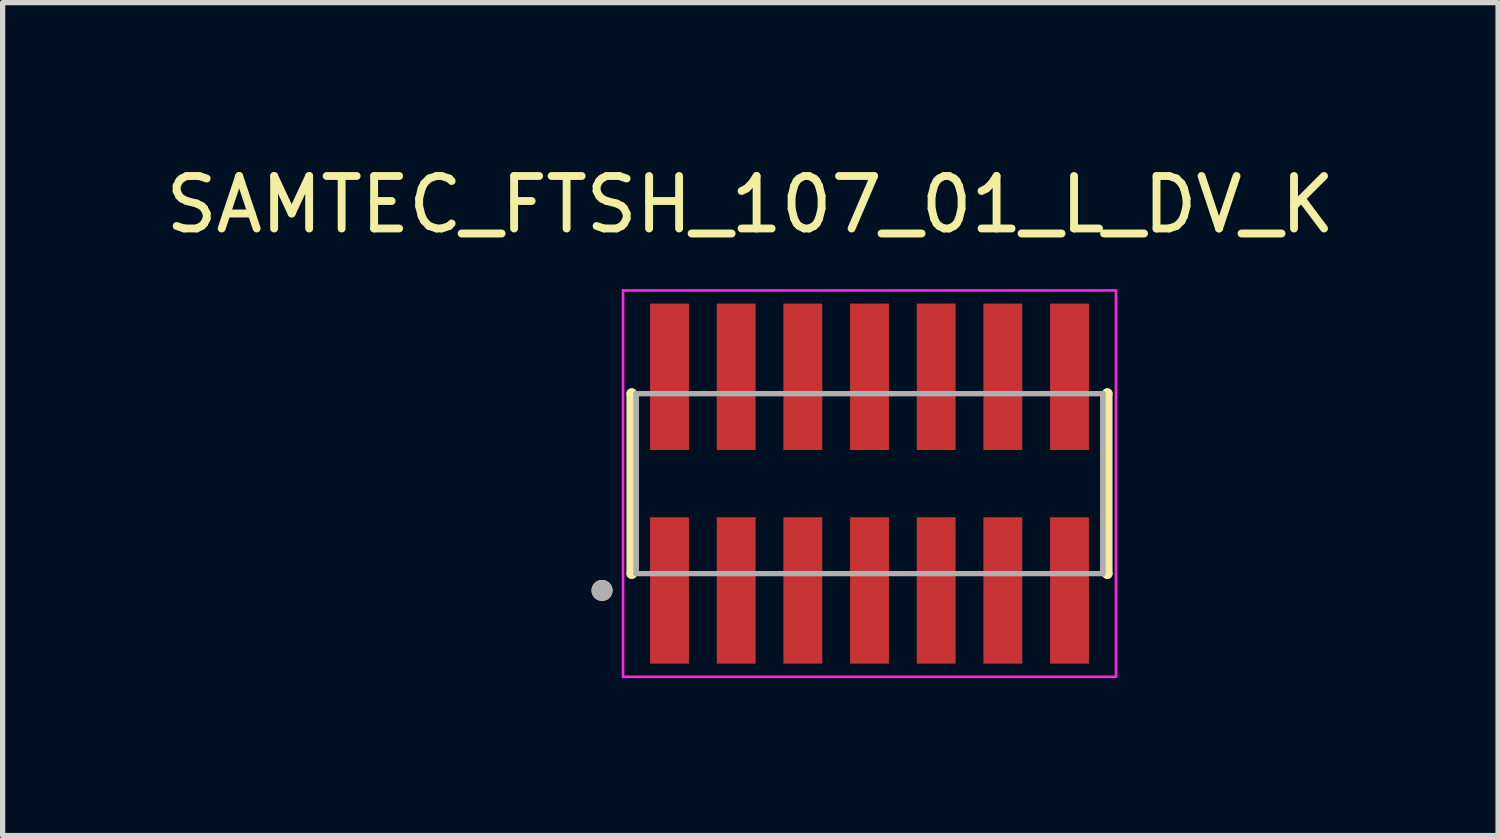
<source format=kicad_pcb>
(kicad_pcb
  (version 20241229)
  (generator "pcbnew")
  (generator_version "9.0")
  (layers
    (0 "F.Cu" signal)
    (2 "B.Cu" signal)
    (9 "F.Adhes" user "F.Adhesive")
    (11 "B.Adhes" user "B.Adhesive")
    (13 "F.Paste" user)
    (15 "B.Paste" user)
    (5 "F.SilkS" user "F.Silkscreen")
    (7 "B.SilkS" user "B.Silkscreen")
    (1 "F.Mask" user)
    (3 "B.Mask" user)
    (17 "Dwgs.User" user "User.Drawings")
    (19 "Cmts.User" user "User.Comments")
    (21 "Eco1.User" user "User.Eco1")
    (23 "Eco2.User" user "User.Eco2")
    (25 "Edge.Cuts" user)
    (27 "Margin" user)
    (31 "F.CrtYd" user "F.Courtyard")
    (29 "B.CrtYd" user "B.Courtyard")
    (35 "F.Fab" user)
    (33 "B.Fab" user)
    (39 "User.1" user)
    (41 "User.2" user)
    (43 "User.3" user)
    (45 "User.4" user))
  (footprint "SAMTEC_FTSH_107_01_L_DV_K"
    (layer "F.Cu")
    (at 13.514 6.163)
    (property "Reference" "SAMTEC_FTSH_107_01_L_DV_K" (at -2.27 -5.315 0) (layer "F.SilkS") (effects (font (size 1 1) (thickness 0.15))))
    (attr smd)
    (fp_line (start -4.53 -1.715) (end -4.53 -1.715) (stroke (width 0.2) (type solid)) (layer "F.SilkS"))
    (fp_line (start -4.53 1.715) (end -4.53 -1.715) (stroke (width 0.2) (type solid)) (layer "F.SilkS"))
    (fp_line (start -4.53 1.715) (end -4.53 1.715) (stroke (width 0.2) (type solid)) (layer "F.SilkS"))
    (fp_line (start 4.53 -1.715) (end 4.53 -1.715) (stroke (width 0.2) (type solid)) (layer "F.SilkS"))
    (fp_line (start 4.53 -1.715) (end 4.53 1.715) (stroke (width 0.2) (type solid)) (layer "F.SilkS"))
    (fp_line (start 4.53 1.715) (end 4.53 1.715) (stroke (width 0.2) (type solid)) (layer "F.SilkS"))
    (fp_circle (center -5.095 2.035) (end -4.995 2.035) (stroke (width 0.2) (type solid)) (fill no) (layer "F.SilkS"))
    (fp_line (start -4.695 -3.68) (end 4.695 -3.68) (stroke (width 0.05) (type solid)) (layer "F.CrtYd"))
    (fp_line (start -4.695 3.68) (end -4.695 -3.68) (stroke (width 0.05) (type solid)) (layer "F.CrtYd"))
    (fp_line (start 4.695 -3.68) (end 4.695 3.68) (stroke (width 0.05) (type solid)) (layer "F.CrtYd"))
    (fp_line (start 4.695 3.68) (end -4.695 3.68) (stroke (width 0.05) (type solid)) (layer "F.CrtYd"))
    (fp_line (start -4.445 -1.715) (end 4.445 -1.715) (stroke (width 0.1) (type solid)) (layer "F.Fab"))
    (fp_line (start -4.445 -1.715) (end 4.445 -1.715) (stroke (width 0.1) (type solid)) (layer "F.Fab"))
    (fp_line (start -4.445 1.715) (end -4.445 -1.715) (stroke (width 0.1) (type solid)) (layer "F.Fab"))
    (fp_line (start -4.445 1.715) (end -4.445 -1.715) (stroke (width 0.1) (type solid)) (layer "F.Fab"))
    (fp_line (start 4.445 -1.715) (end 4.445 1.715) (stroke (width 0.1) (type solid)) (layer "F.Fab"))
    (fp_line (start 4.445 -1.715) (end 4.445 1.715) (stroke (width 0.1) (type solid)) (layer "F.Fab"))
    (fp_line (start 4.445 1.715) (end -4.445 1.715) (stroke (width 0.1) (type solid)) (layer "F.Fab"))
    (fp_circle (center -5.095 2.035) (end -4.995 2.035) (stroke (width 0.2) (type solid)) (fill no) (layer "F.Fab"))
    (pad "1" smd rect (at -3.81 2.035) (size 0.74 2.79) (layers "F.Cu" "F.Mask" "F.Paste"))
    (pad "2" smd rect (at -3.81 -2.035) (size 0.74 2.79) (layers "F.Cu" "F.Mask" "F.Paste"))
    (pad "3" smd rect (at -2.54 2.035) (size 0.74 2.79) (layers "F.Cu" "F.Mask" "F.Paste"))
    (pad "4" smd rect (at -2.54 -2.035) (size 0.74 2.79) (layers "F.Cu" "F.Mask" "F.Paste"))
    (pad "5" smd rect (at -1.27 2.035) (size 0.74 2.79) (layers "F.Cu" "F.Mask" "F.Paste"))
    (pad "6" smd rect (at -1.27 -2.035) (size 0.74 2.79) (layers "F.Cu" "F.Mask" "F.Paste"))
    (pad "7" smd rect (at 0 2.035) (size 0.74 2.79) (layers "F.Cu" "F.Mask" "F.Paste"))
    (pad "8" smd rect (at 0 -2.035) (size 0.74 2.79) (layers "F.Cu" "F.Mask" "F.Paste"))
    (pad "9" smd rect (at 1.27 2.035) (size 0.74 2.79) (layers "F.Cu" "F.Mask" "F.Paste"))
    (pad "10" smd rect (at 1.27 -2.035) (size 0.74 2.79) (layers "F.Cu" "F.Mask" "F.Paste"))
    (pad "11" smd rect (at 2.54 2.035) (size 0.74 2.79) (layers "F.Cu" "F.Mask" "F.Paste"))
    (pad "12" smd rect (at 2.54 -2.035) (size 0.74 2.79) (layers "F.Cu" "F.Mask" "F.Paste"))
    (pad "13" smd rect (at 3.81 2.035) (size 0.74 2.79) (layers "F.Cu" "F.Mask" "F.Paste"))
    (pad "14" smd rect (at 3.81 -2.035) (size 0.74 2.79) (layers "F.Cu" "F.Mask" "F.Paste")))
  (gr_rect
    (start -3 -3)
    (end 25.488 12.868)
    (stroke (width 0.1) (type default))
    (fill no)
    (layer "Edge.Cuts")))
</source>
